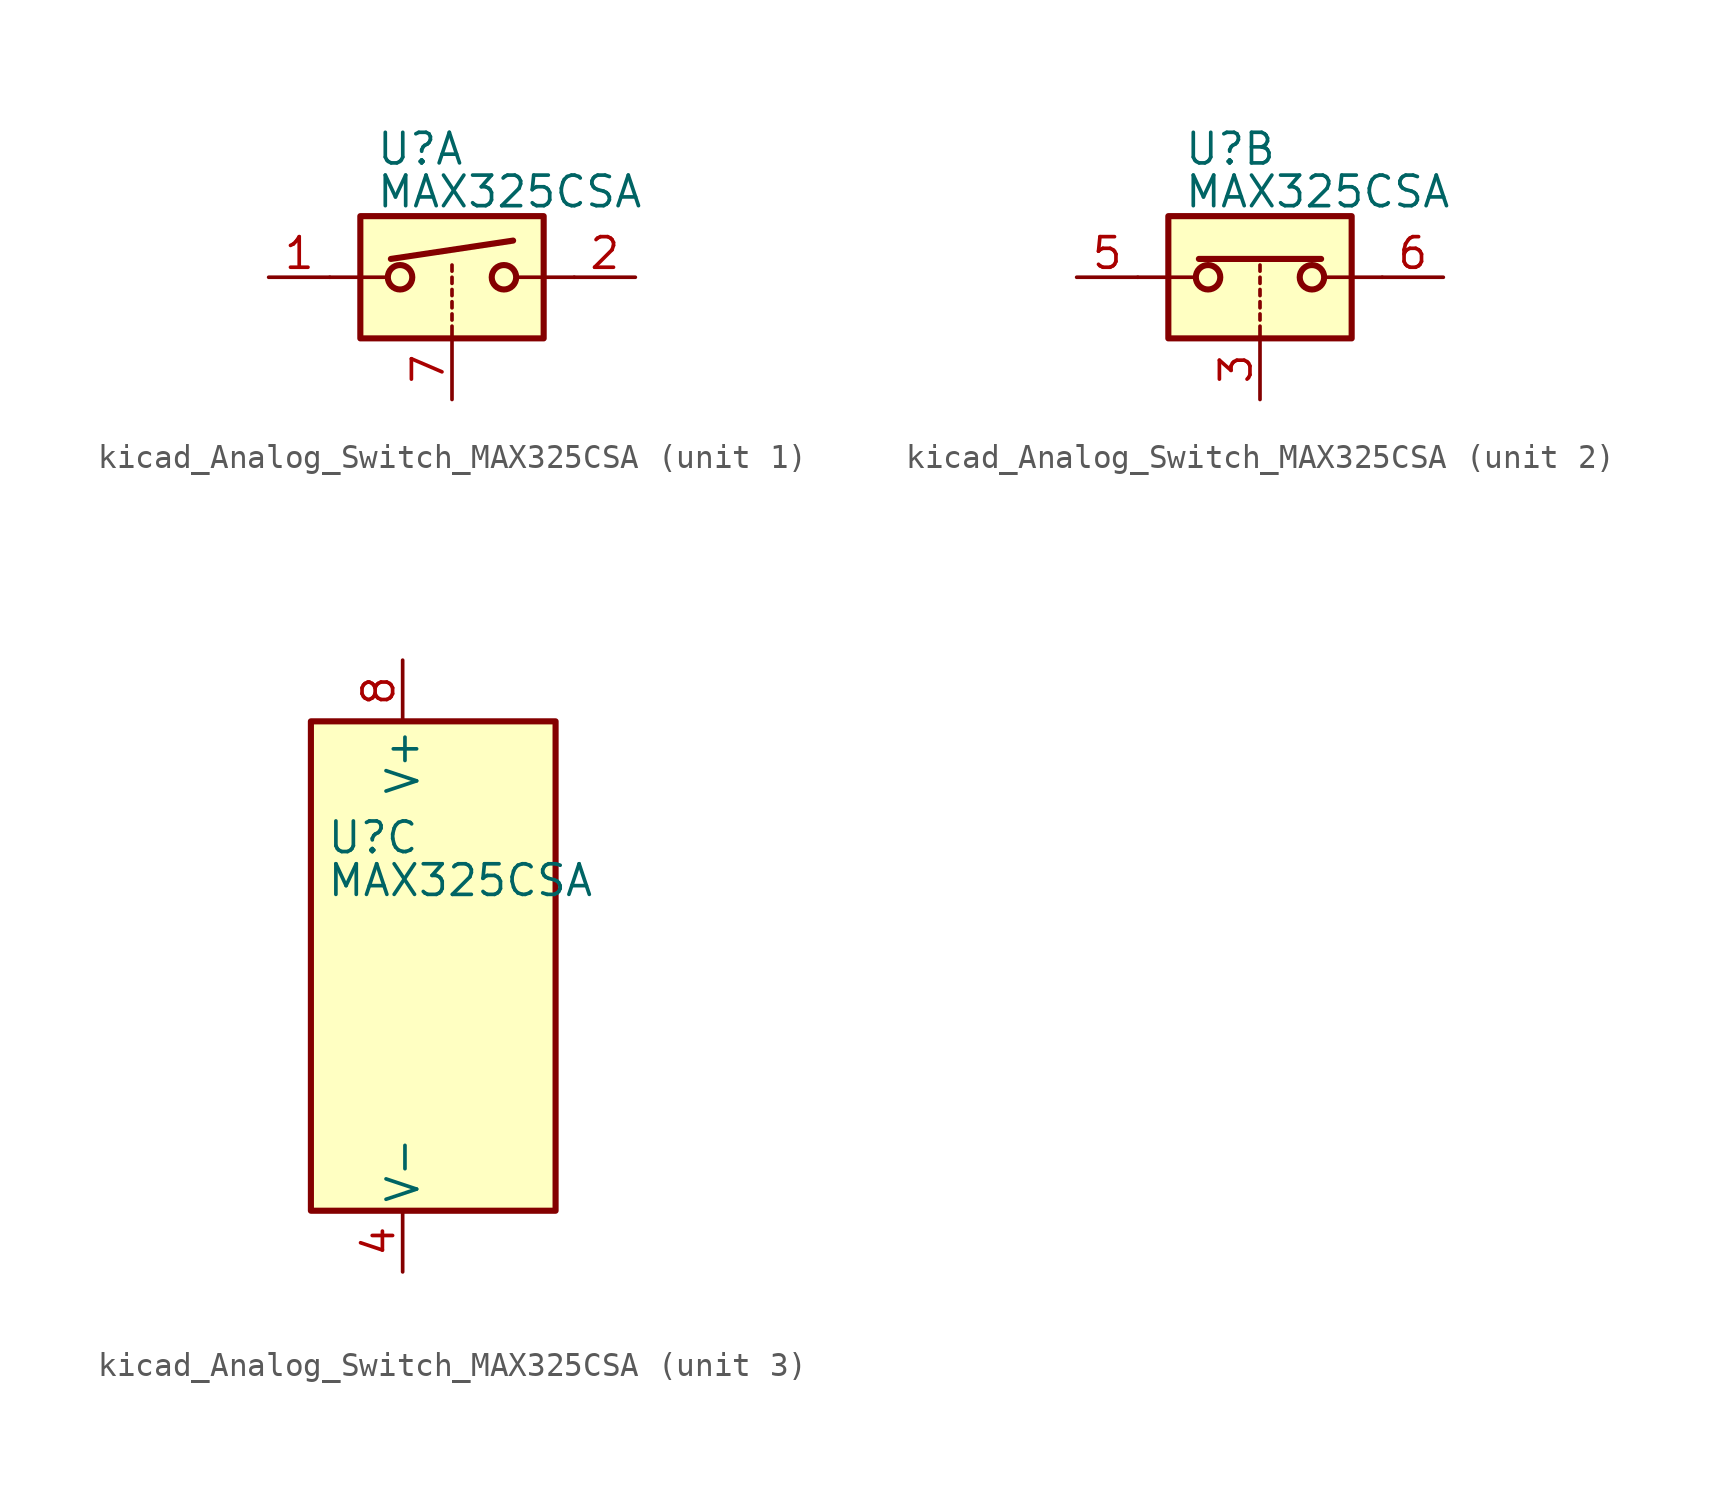
<source format=kicad_sym>
(kicad_symbol_lib
  (version 20220914)
  (generator kicad_symbol_editor)
  (symbol "kicad_Analog_Switch_MAX325CSA"
    (pin_names
      (offset 0.254))
    (property "Reference" "U"
      (at -3.175 5.334 0)
      (effects (font (size 1.27 1.27)) (justify left)))
    (property "Value" "MAX325CSA"
      (at -3.175 3.556 0)
      (effects (font (size 1.27 1.27)) (justify left)))
    (symbol "kicad_Analog_Switch_MAX325CSA_1_1"
      (rectangle (start -3.81 2.54) (end 3.81 -2.54) (stroke (width 0.254) (type default)) (fill (type background)))
      (circle (center -2.159 0) (radius 0.508) (stroke (width 0.254) (type default)) (fill (type none)))
      (polyline (pts (xy -5.08 0) (xy -2.794 0)) (stroke (width 0) (type default)) (fill (type none)))
      (polyline (pts (xy -2.54 0.762) (xy 2.54 1.524)) (stroke (width 0.254) (type default)) (fill (type none)))
      (polyline (pts (xy 0 -2.54) (xy 0 -2.032)) (stroke (width 0) (type default)) (fill (type none)))
      (polyline (pts (xy 0 -1.778) (xy 0 -1.524)) (stroke (width 0) (type default)) (fill (type none)))
      (polyline (pts (xy 0 -1.27) (xy 0 -1.016)) (stroke (width 0) (type default)) (fill (type none)))
      (polyline (pts (xy 0 -0.762) (xy 0 -0.508)) (stroke (width 0) (type default)) (fill (type none)))
      (polyline (pts (xy 0 -0.254) (xy 0 0)) (stroke (width 0) (type default)) (fill (type none)))
      (polyline (pts (xy 0 0.254) (xy 0 0.508)) (stroke (width 0) (type default)) (fill (type none)))
      (polyline (pts (xy 5.08 0) (xy 2.794 0)) (stroke (width 0) (type default)) (fill (type none)))
      (circle (center 2.159 0) (radius 0.508) (stroke (width 0.254) (type default)) (fill (type none)))
      (pin passive line (at -7.62 0 0) (length 2.54) (name "~" (effects (font (size 1.27 1.27)))) (number "1" (effects (font (size 1.27 1.27)))))
      (pin passive line (at 7.62 0 180) (length 2.54) (name "~" (effects (font (size 1.27 1.27)))) (number "2" (effects (font (size 1.27 1.27)))))
      (pin input line (at 0 -5.08 90) (length 2.54) (name "~" (effects (font (size 1.27 1.27)))) (number "7" (effects (font (size 1.27 1.27))))))
    (symbol "kicad_Analog_Switch_MAX325CSA_2_1"
      (rectangle (start -3.81 2.54) (end 3.81 -2.54) (stroke (width 0.254) (type default)) (fill (type background)))
      (circle (center -2.159 0) (radius 0.508) (stroke (width 0.254) (type default)) (fill (type none)))
      (polyline (pts (xy -5.08 0) (xy -2.794 0)) (stroke (width 0) (type default)) (fill (type none)))
      (polyline (pts (xy -2.54 0.762) (xy 2.54 0.762)) (stroke (width 0.254) (type default)) (fill (type none)))
      (polyline (pts (xy 0 -2.54) (xy 0 -2.032)) (stroke (width 0) (type default)) (fill (type none)))
      (polyline (pts (xy 0 -1.778) (xy 0 -1.524)) (stroke (width 0) (type default)) (fill (type none)))
      (polyline (pts (xy 0 -1.27) (xy 0 -1.016)) (stroke (width 0) (type default)) (fill (type none)))
      (polyline (pts (xy 0 -0.762) (xy 0 -0.508)) (stroke (width 0) (type default)) (fill (type none)))
      (polyline (pts (xy 0 -0.254) (xy 0 0)) (stroke (width 0) (type default)) (fill (type none)))
      (polyline (pts (xy 0 0.254) (xy 0 0.508)) (stroke (width 0) (type default)) (fill (type none)))
      (polyline (pts (xy 5.08 0) (xy 2.794 0)) (stroke (width 0) (type default)) (fill (type none)))
      (circle (center 2.159 0) (radius 0.508) (stroke (width 0.254) (type default)) (fill (type none)))
      (pin input line (at 0 -5.08 90) (length 2.54) (name "~" (effects (font (size 1.27 1.27)))) (number "3" (effects (font (size 1.27 1.27)))))
      (pin passive line (at -7.62 0 0) (length 2.54) (name "~" (effects (font (size 1.27 1.27)))) (number "5" (effects (font (size 1.27 1.27)))))
      (pin passive line (at 7.62 0 180) (length 2.54) (name "~" (effects (font (size 1.27 1.27)))) (number "6" (effects (font (size 1.27 1.27))))))
    (symbol "kicad_Analog_Switch_MAX325CSA_3_0"
      (pin power_in line (at 0 -12.7 90) (length 2.54) (name "V-" (effects (font (size 1.27 1.27)))) (number "4" (effects (font (size 1.27 1.27)))))
      (pin power_in line (at 0 12.7 270) (length 2.54) (name "V+" (effects (font (size 1.27 1.27)))) (number "8" (effects (font (size 1.27 1.27))))))
    (symbol "kicad_Analog_Switch_MAX325CSA_3_1"
      (rectangle (start -3.81 10.16) (end 6.35 -10.16) (stroke (width 0.254) (type default)) (fill (type background))))))
</source>
